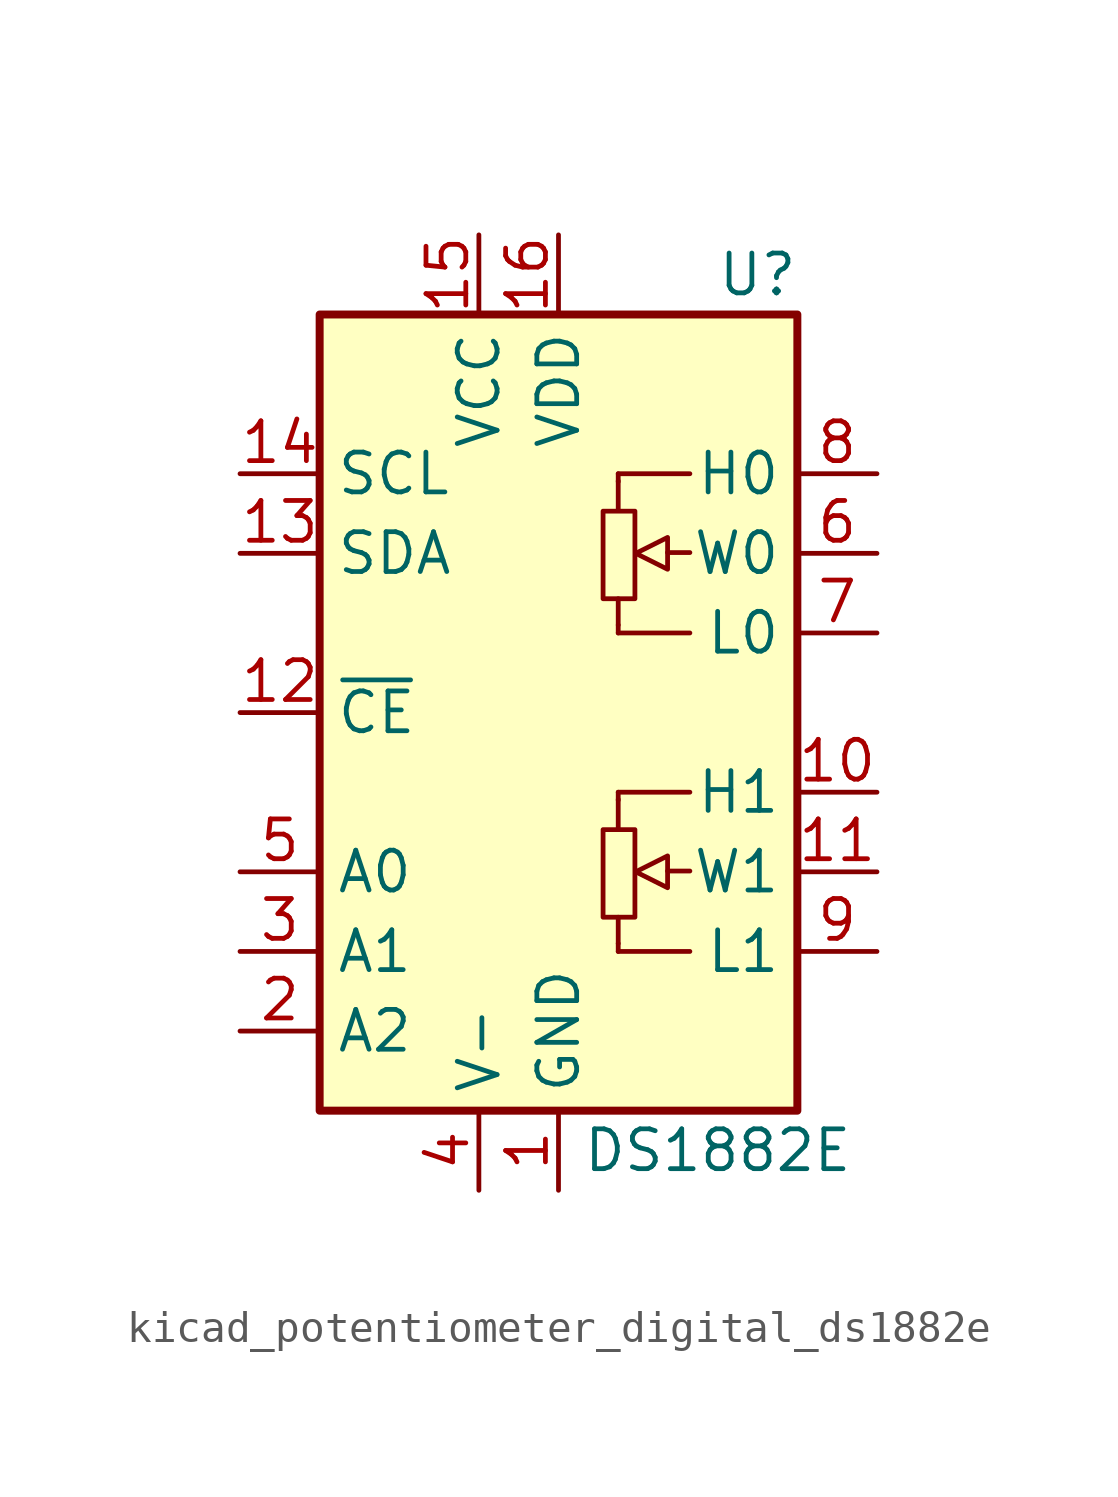
<source format=kicad_sym>
(kicad_symbol_lib
  (version 20220914)
  (generator kicad_symbol_editor)
  (symbol "kicad_potentiometer_digital_ds1882e"
    (property "Reference" "U"
      (at 6.35 13.97 0)
      (effects (font (size 1.27 1.27))))
    (property "Value" "DS1882E"
      (at 5.08 -13.97 0)
      (effects (font (size 1.27 1.27))))
    (symbol "kicad_potentiometer_digital_ds1882e_0_1"
      (rectangle (start -7.62 12.7) (end 7.62 -12.7) (stroke (width 0.254) (type default)) (fill (type background))))
    (symbol "kicad_potentiometer_digital_ds1882e_1_1"
      (polyline (pts (xy 1.905 -7.366) (xy 1.905 -6.528)) (stroke (width 0) (type default)) (fill (type none)))
      (polyline (pts (xy 1.905 -2.769) (xy 1.905 -3.708)) (stroke (width 0) (type default)) (fill (type none)))
      (polyline (pts (xy 1.905 2.794) (xy 1.905 3.632)) (stroke (width 0) (type default)) (fill (type none)))
      (polyline (pts (xy 1.905 7.391) (xy 1.905 6.452)) (stroke (width 0) (type default)) (fill (type none)))
      (polyline (pts (xy 3.48 -5.055) (xy 4.191 -5.055)) (stroke (width 0) (type default)) (fill (type none)))
      (polyline (pts (xy 3.48 5.105) (xy 4.191 5.105)) (stroke (width 0) (type default)) (fill (type none)))
      (polyline (pts (xy 1.905 -7.62) (xy 1.905 -7.366) (xy 1.905 -7.366)) (stroke (width 0) (type default)) (fill (type background)))
      (polyline (pts (xy 1.905 -7.62) (xy 4.191 -7.62) (xy 4.191 -7.62)) (stroke (width 0) (type default)) (fill (type background)))
      (polyline (pts (xy 1.905 -2.54) (xy 1.905 -2.794) (xy 1.905 -2.794)) (stroke (width 0) (type default)) (fill (type none)))
      (polyline (pts (xy 1.905 -2.54) (xy 4.191 -2.54) (xy 4.191 -2.54)) (stroke (width 0) (type default)) (fill (type background)))
      (polyline (pts (xy 1.905 2.54) (xy 1.905 2.794) (xy 1.905 2.794)) (stroke (width 0) (type default)) (fill (type background)))
      (polyline (pts (xy 1.905 2.54) (xy 4.191 2.54) (xy 4.191 2.54)) (stroke (width 0) (type default)) (fill (type background)))
      (polyline (pts (xy 1.905 7.62) (xy 1.905 7.366) (xy 1.905 7.366)) (stroke (width 0) (type default)) (fill (type none)))
      (polyline (pts (xy 1.905 7.62) (xy 4.191 7.62) (xy 4.191 7.62)) (stroke (width 0) (type default)) (fill (type background)))
      (polyline (pts (xy 3.48 -4.572) (xy 3.48 -5.588) (xy 2.464 -5.08) (xy 3.48 -4.572) (xy 3.48 -4.572)) (stroke (width 0) (type default)) (fill (type background)))
      (polyline (pts (xy 3.48 5.588) (xy 3.48 4.572) (xy 2.464 5.08) (xy 3.48 5.588) (xy 3.48 5.588)) (stroke (width 0) (type default)) (fill (type background)))
      (rectangle (start 1.422 -3.734) (end 2.438 -6.528) (stroke (width 0) (type default)) (fill (type none)))
      (rectangle (start 1.422 6.426) (end 2.438 3.632) (stroke (width 0) (type default)) (fill (type none)))
      (pin power_in line (at 0 -15.24 90) (length 2.54) (name "GND" (effects (font (size 1.27 1.27)))) (number "1" (effects (font (size 1.27 1.27)))))
      (pin passive line (at 10.16 -2.54 180) (length 2.54) (name "H1" (effects (font (size 1.27 1.27)))) (number "10" (effects (font (size 1.27 1.27)))))
      (pin passive line (at 10.16 -5.08 180) (length 2.54) (name "W1" (effects (font (size 1.27 1.27)))) (number "11" (effects (font (size 1.27 1.27)))))
      (pin input line (at -10.16 0 0) (length 2.54) (name "~{CE}" (effects (font (size 1.27 1.27)))) (number "12" (effects (font (size 1.27 1.27)))))
      (pin bidirectional line (at -10.16 5.08 0) (length 2.54) (name "SDA" (effects (font (size 1.27 1.27)))) (number "13" (effects (font (size 1.27 1.27)))))
      (pin input line (at -10.16 7.62 0) (length 2.54) (name "SCL" (effects (font (size 1.27 1.27)))) (number "14" (effects (font (size 1.27 1.27)))))
      (pin power_in line (at -2.54 15.24 270) (length 2.54) (name "VCC" (effects (font (size 1.27 1.27)))) (number "15" (effects (font (size 1.27 1.27)))))
      (pin power_in line (at 0 15.24 270) (length 2.54) (name "VDD" (effects (font (size 1.27 1.27)))) (number "16" (effects (font (size 1.27 1.27)))))
      (pin input line (at -10.16 -10.16 0) (length 2.54) (name "A2" (effects (font (size 1.27 1.27)))) (number "2" (effects (font (size 1.27 1.27)))))
      (pin input line (at -10.16 -7.62 0) (length 2.54) (name "A1" (effects (font (size 1.27 1.27)))) (number "3" (effects (font (size 1.27 1.27)))))
      (pin power_in line (at -2.54 -15.24 90) (length 2.54) (name "V-" (effects (font (size 1.27 1.27)))) (number "4" (effects (font (size 1.27 1.27)))))
      (pin input line (at -10.16 -5.08 0) (length 2.54) (name "A0" (effects (font (size 1.27 1.27)))) (number "5" (effects (font (size 1.27 1.27)))))
      (pin passive line (at 10.16 5.08 180) (length 2.54) (name "W0" (effects (font (size 1.27 1.27)))) (number "6" (effects (font (size 1.27 1.27)))))
      (pin passive line (at 10.16 2.54 180) (length 2.54) (name "L0" (effects (font (size 1.27 1.27)))) (number "7" (effects (font (size 1.27 1.27)))))
      (pin passive line (at 10.16 7.62 180) (length 2.54) (name "H0" (effects (font (size 1.27 1.27)))) (number "8" (effects (font (size 1.27 1.27)))))
      (pin passive line (at 10.16 -7.62 180) (length 2.54) (name "L1" (effects (font (size 1.27 1.27)))) (number "9" (effects (font (size 1.27 1.27))))))))
</source>
